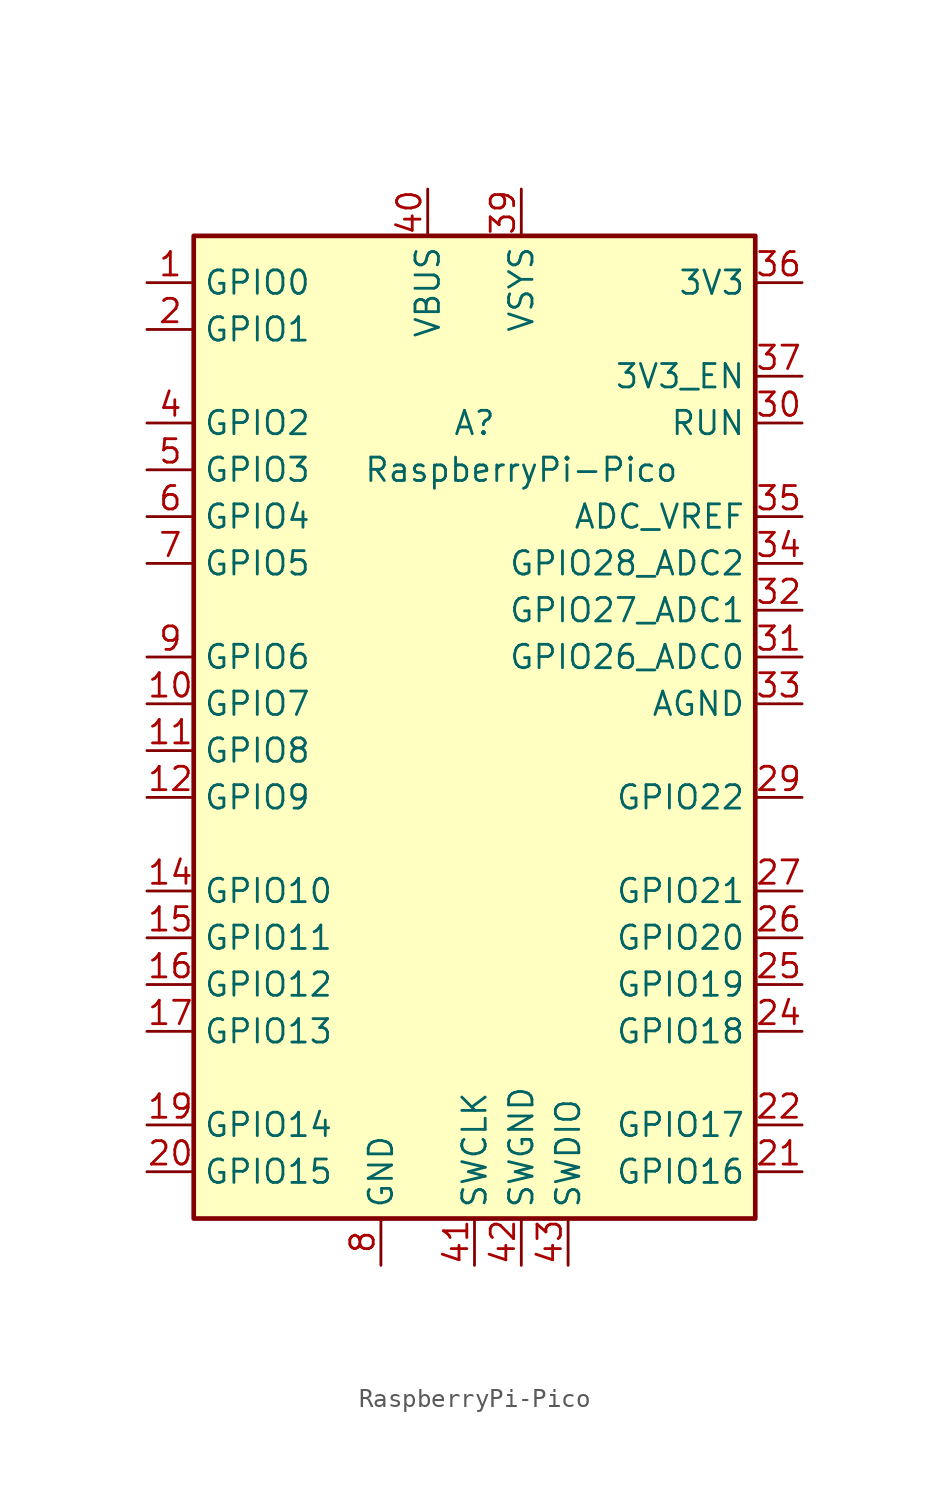
<source format=kicad_sym>
(kicad_symbol_lib
  (version 20211014)
  (generator kicad_symbol_editor)
  (symbol "RaspberryPi-Pico"
    (property "Reference" "A"
      (at 0 17.78 0)
      (effects (font (size 1.27 1.27))))
    (property "Value" "RaspberryPi-Pico"
      (at 2.54 15.24 0)
      (effects (font (size 1.27 1.27))))
    (symbol "RaspberryPi-Pico_1_1"
      (rectangle (start -15.24 27.94) (end 15.24 -25.4) (stroke (width 0.254) (type default) (color 0 0 0 0)) (fill (type background)))
      (pin bidirectional line (at -17.78 25.4 0) (length 2.54) (name "GPIO0" (effects (font (size 1.27 1.27)))) (number "1" (effects (font (size 1.27 1.27)))) (alternate "I2C0_SDA" bidirectional line) (alternate "PWM0_A" output line) (alternate "SPI0_RX" input line) (alternate "UART0_TX" output line) (alternate "USB_OVCUR_DET" input line))
      (pin bidirectional line (at -17.78 2.54 0) (length 2.54) (name "GPIO7" (effects (font (size 1.27 1.27)))) (number "10" (effects (font (size 1.27 1.27)))) (alternate "I2C1_SCL" bidirectional line) (alternate "PWM3_B" bidirectional line) (alternate "SPI0_TX" output line) (alternate "USB_VBUS_DET" input line) (alternate "~{UART1_RTS}" output line))
      (pin bidirectional line (at -17.78 0 0) (length 2.54) (name "GPIO8" (effects (font (size 1.27 1.27)))) (number "11" (effects (font (size 1.27 1.27)))) (alternate "I2C0_SDA" bidirectional line) (alternate "PWM4_A" output line) (alternate "SPI1_RX" input line) (alternate "UART1_TX" output line) (alternate "USB_VBUS_EN" output line))
      (pin bidirectional line (at -17.78 -2.54 0) (length 2.54) (name "GPIO9" (effects (font (size 1.27 1.27)))) (number "12" (effects (font (size 1.27 1.27)))) (alternate "I2C0_SCL" bidirectional line) (alternate "PWM4_B" bidirectional line) (alternate "UART1_RX" input line) (alternate "USB_OVCUR_DET" input line) (alternate "~{SPI1_CS}" output line))
      (pin passive line (at -5.08 -27.94 90) (length 2.54) hide (name "GND" (effects (font (size 1.27 1.27)))) (number "13" (effects (font (size 1.27 1.27)))))
      (pin bidirectional line (at -17.78 -7.62 0) (length 2.54) (name "GPIO10" (effects (font (size 1.27 1.27)))) (number "14" (effects (font (size 1.27 1.27)))) (alternate "I2C1_SDA" bidirectional line) (alternate "PWM5_A" output line) (alternate "SPI1_SCK" bidirectional line) (alternate "USB_VBUS_DET" input line) (alternate "~{UART1_CTS}" input line))
      (pin bidirectional line (at -17.78 -10.16 0) (length 2.54) (name "GPIO11" (effects (font (size 1.27 1.27)))) (number "15" (effects (font (size 1.27 1.27)))) (alternate "I2C1_SCL" bidirectional line) (alternate "PWM5_B" bidirectional line) (alternate "SPI1_TX" output line) (alternate "USB_VBUS_EN" output line) (alternate "~{UART1_RTS}" output line))
      (pin bidirectional line (at -17.78 -12.7 0) (length 2.54) (name "GPIO12" (effects (font (size 1.27 1.27)))) (number "16" (effects (font (size 1.27 1.27)))) (alternate "I2C0_SDA" bidirectional line) (alternate "PWM6_A" output line) (alternate "SPI1_RX" input line) (alternate "UART0_TX" output line) (alternate "USB_OVCUR_DET" input line))
      (pin bidirectional line (at -17.78 -15.24 0) (length 2.54) (name "GPIO13" (effects (font (size 1.27 1.27)))) (number "17" (effects (font (size 1.27 1.27)))) (alternate "I2C0_SCL" bidirectional line) (alternate "PWM6_B" bidirectional line) (alternate "UART0_RX" input line) (alternate "USB_VBUS_DET" input line) (alternate "~{SPI1_CS}" output line))
      (pin passive line (at -5.08 -27.94 90) (length 2.54) hide (name "GND" (effects (font (size 1.27 1.27)))) (number "18" (effects (font (size 1.27 1.27)))))
      (pin bidirectional line (at -17.78 -20.32 0) (length 2.54) (name "GPIO14" (effects (font (size 1.27 1.27)))) (number "19" (effects (font (size 1.27 1.27)))) (alternate "I2C1_SDA" bidirectional line) (alternate "PWM7_A" output line) (alternate "SPI1_SCK" bidirectional line) (alternate "USB_VBUS_EN" output line) (alternate "~{UART0_CTS}" input line))
      (pin bidirectional line (at -17.78 22.86 0) (length 2.54) (name "GPIO1" (effects (font (size 1.27 1.27)))) (number "2" (effects (font (size 1.27 1.27)))) (alternate "I2C0_SCL" bidirectional line) (alternate "PWM0_B" bidirectional line) (alternate "UART0_RX" input line) (alternate "USB_VBUS_DET" input line) (alternate "~{SPI0_CS}" output line))
      (pin bidirectional line (at -17.78 -22.86 0) (length 2.54) (name "GPIO15" (effects (font (size 1.27 1.27)))) (number "20" (effects (font (size 1.27 1.27)))) (alternate "I2C1_SCL" bidirectional line) (alternate "PWM7_B" bidirectional line) (alternate "SPI1_TX" output line) (alternate "USB_OVCUR_DET" input line) (alternate "~{UART0_RTS}" output line))
      (pin bidirectional line (at 17.78 -22.86 180) (length 2.54) (name "GPIO16" (effects (font (size 1.27 1.27)))) (number "21" (effects (font (size 1.27 1.27)))) (alternate "I2C0_SDA" bidirectional line) (alternate "PWM0_A" output line) (alternate "SPI0_RX" input line) (alternate "UART0_TX" output line) (alternate "USB_VBUS_DET" input line))
      (pin bidirectional line (at 17.78 -20.32 180) (length 2.54) (name "GPIO17" (effects (font (size 1.27 1.27)))) (number "22" (effects (font (size 1.27 1.27)))) (alternate "I2C0_SCL" bidirectional line) (alternate "PWM0_B" bidirectional line) (alternate "UART0_RX" input line) (alternate "USB_VBUS_EN" output line) (alternate "~{SPI0_CS}" output line))
      (pin passive line (at -5.08 -27.94 90) (length 2.54) hide (name "GND" (effects (font (size 1.27 1.27)))) (number "23" (effects (font (size 1.27 1.27)))))
      (pin bidirectional line (at 17.78 -15.24 180) (length 2.54) (name "GPIO18" (effects (font (size 1.27 1.27)))) (number "24" (effects (font (size 1.27 1.27)))) (alternate "I2C1_SDA" bidirectional line) (alternate "PWM1_A" output line) (alternate "SPI0_SCK" bidirectional line) (alternate "USB_OVCUR_DET" input line) (alternate "~{UART0_CTS}" input line))
      (pin bidirectional line (at 17.78 -12.7 180) (length 2.54) (name "GPIO19" (effects (font (size 1.27 1.27)))) (number "25" (effects (font (size 1.27 1.27)))) (alternate "I2C1_SCL" bidirectional line) (alternate "PWM1_B" bidirectional line) (alternate "SPI0_TX" output line) (alternate "USB_VBUS_DET" input line) (alternate "~{UART0_RTS}" output line))
      (pin bidirectional line (at 17.78 -10.16 180) (length 2.54) (name "GPIO20" (effects (font (size 1.27 1.27)))) (number "26" (effects (font (size 1.27 1.27)))) (alternate "CLOCK_GPIN0" input line) (alternate "I2C0_SDA" bidirectional line) (alternate "PWM2_A" output line) (alternate "SPI0_RX" input line) (alternate "UART1_TX" output line) (alternate "USB_VBUS_EN" output line))
      (pin bidirectional line (at 17.78 -7.62 180) (length 2.54) (name "GPIO21" (effects (font (size 1.27 1.27)))) (number "27" (effects (font (size 1.27 1.27)))) (alternate "CLOCK_GPOUT0" output line) (alternate "I2C0_SCL" bidirectional line) (alternate "PWM2_B" bidirectional line) (alternate "UART1_RX" input line) (alternate "USB_OVCUR_DET" input line) (alternate "~{SPI0_CS}" output line))
      (pin passive line (at -5.08 -27.94 90) (length 2.54) hide (name "GND" (effects (font (size 1.27 1.27)))) (number "28" (effects (font (size 1.27 1.27)))))
      (pin bidirectional line (at 17.78 -2.54 180) (length 2.54) (name "GPIO22" (effects (font (size 1.27 1.27)))) (number "29" (effects (font (size 1.27 1.27)))) (alternate "CLOCK_GPIN1" input line) (alternate "I2C1_SDA" bidirectional line) (alternate "PWM3_A" output line) (alternate "SPI0_SCK" bidirectional line) (alternate "USB_VBUS_DET" input line) (alternate "~{UART1_CTS}" input line))
      (pin passive line (at -5.08 -27.94 90) (length 2.54) hide (name "GND" (effects (font (size 1.27 1.27)))) (number "3" (effects (font (size 1.27 1.27)))))
      (pin input line (at 17.78 17.78 180) (length 2.54) (name "RUN" (effects (font (size 1.27 1.27)))) (number "30" (effects (font (size 1.27 1.27)))) (alternate "~{RESET}" input line))
      (pin bidirectional line (at 17.78 5.08 180) (length 2.54) (name "GPIO26_ADC0" (effects (font (size 1.27 1.27)))) (number "31" (effects (font (size 1.27 1.27)))) (alternate "ADC0" input line) (alternate "GPIO26" bidirectional line) (alternate "I2C1_SDA" bidirectional line) (alternate "PWM5_A" output line) (alternate "SPI1_SCK" bidirectional line) (alternate "USB_VBUS_EN" output line) (alternate "~{UART1_CTS}" input line))
      (pin bidirectional line (at 17.78 7.62 180) (length 2.54) (name "GPIO27_ADC1" (effects (font (size 1.27 1.27)))) (number "32" (effects (font (size 1.27 1.27)))) (alternate "ADC1" input line) (alternate "GPIO27" bidirectional line) (alternate "I2C1_SCL" bidirectional line) (alternate "PWM5_B" bidirectional line) (alternate "SPI1_TX" output line) (alternate "USB_OVCUR_DET" input line) (alternate "~{UART1_RTS}" output line))
      (pin power_in line (at 17.78 2.54 180) (length 2.54) (name "AGND" (effects (font (size 1.27 1.27)))) (number "33" (effects (font (size 1.27 1.27)))) (alternate "GND" power_in line))
      (pin bidirectional line (at 17.78 10.16 180) (length 2.54) (name "GPIO28_ADC2" (effects (font (size 1.27 1.27)))) (number "34" (effects (font (size 1.27 1.27)))) (alternate "ADC2" input line) (alternate "GPIO28" bidirectional line) (alternate "I2C0_SDA" bidirectional line) (alternate "PWM6_A" output line) (alternate "SPI1_RX" input line) (alternate "UART0_TX" output line) (alternate "USB_VBUS_DET" input line))
      (pin power_in line (at 17.78 12.7 180) (length 2.54) (name "ADC_VREF" (effects (font (size 1.27 1.27)))) (number "35" (effects (font (size 1.27 1.27)))))
      (pin power_out line (at 17.78 25.4 180) (length 2.54) (name "3V3" (effects (font (size 1.27 1.27)))) (number "36" (effects (font (size 1.27 1.27)))))
      (pin input line (at 17.78 20.32 180) (length 2.54) (name "3V3_EN" (effects (font (size 1.27 1.27)))) (number "37" (effects (font (size 1.27 1.27)))))
      (pin passive line (at -5.08 -27.94 90) (length 2.54) hide (name "GND" (effects (font (size 1.27 1.27)))) (number "38" (effects (font (size 1.27 1.27)))))
      (pin power_out line (at 2.54 30.48 270) (length 2.54) (name "VSYS" (effects (font (size 1.27 1.27)))) (number "39" (effects (font (size 1.27 1.27)))) (alternate "VSYS" power_in line))
      (pin bidirectional line (at -17.78 17.78 0) (length 2.54) (name "GPIO2" (effects (font (size 1.27 1.27)))) (number "4" (effects (font (size 1.27 1.27)))) (alternate "I2C1_SDA" bidirectional line) (alternate "PWM1_A" output line) (alternate "SPI0_SCK" bidirectional line) (alternate "USB_VBUS_EN" output line) (alternate "~{UART0_CTS}" input line))
      (pin power_out line (at -2.54 30.48 270) (length 2.54) (name "VBUS" (effects (font (size 1.27 1.27)))) (number "40" (effects (font (size 1.27 1.27)))) (alternate "VBUS" power_in line))
      (pin input line (at 0 -27.94 90) (length 2.54) (name "SWCLK" (effects (font (size 1.27 1.27)))) (number "41" (effects (font (size 1.27 1.27)))))
      (pin power_in line (at 2.54 -27.94 90) (length 2.54) (name "SWGND" (effects (font (size 1.27 1.27)))) (number "42" (effects (font (size 1.27 1.27)))) (alternate "GND" power_in line))
      (pin bidirectional line (at 5.08 -27.94 90) (length 2.54) (name "SWDIO" (effects (font (size 1.27 1.27)))) (number "43" (effects (font (size 1.27 1.27)))))
      (pin bidirectional line (at -17.78 15.24 0) (length 2.54) (name "GPIO3" (effects (font (size 1.27 1.27)))) (number "5" (effects (font (size 1.27 1.27)))) (alternate "I2C1_SCL" bidirectional line) (alternate "PWM1_B" bidirectional line) (alternate "SPI0_TX" output line) (alternate "USB_OVCUR_DET" input line) (alternate "~{UART0_RTS}" output line))
      (pin bidirectional line (at -17.78 12.7 0) (length 2.54) (name "GPIO4" (effects (font (size 1.27 1.27)))) (number "6" (effects (font (size 1.27 1.27)))) (alternate "I2C0_SDA" bidirectional line) (alternate "PWM2_A" output line) (alternate "SPI0_RX" input line) (alternate "UART1_TX" output line) (alternate "USB_VBUS_DET" input line))
      (pin bidirectional line (at -17.78 10.16 0) (length 2.54) (name "GPIO5" (effects (font (size 1.27 1.27)))) (number "7" (effects (font (size 1.27 1.27)))) (alternate "I2C0_SCL" bidirectional line) (alternate "PWM2_B" bidirectional line) (alternate "UART1_RX" input line) (alternate "USB_VBUS_EN" output line) (alternate "~{SPI0_CS}" output line))
      (pin power_in line (at -5.08 -27.94 90) (length 2.54) (name "GND" (effects (font (size 1.27 1.27)))) (number "8" (effects (font (size 1.27 1.27)))))
      (pin bidirectional line (at -17.78 5.08 0) (length 2.54) (name "GPIO6" (effects (font (size 1.27 1.27)))) (number "9" (effects (font (size 1.27 1.27)))) (alternate "I2C1_SDA" bidirectional line) (alternate "PWM3_A" output line) (alternate "SPI0_SCK" bidirectional line) (alternate "USB_OVCUR_DET" input line) (alternate "~{UART1_CTS}" input line)))))
</source>
